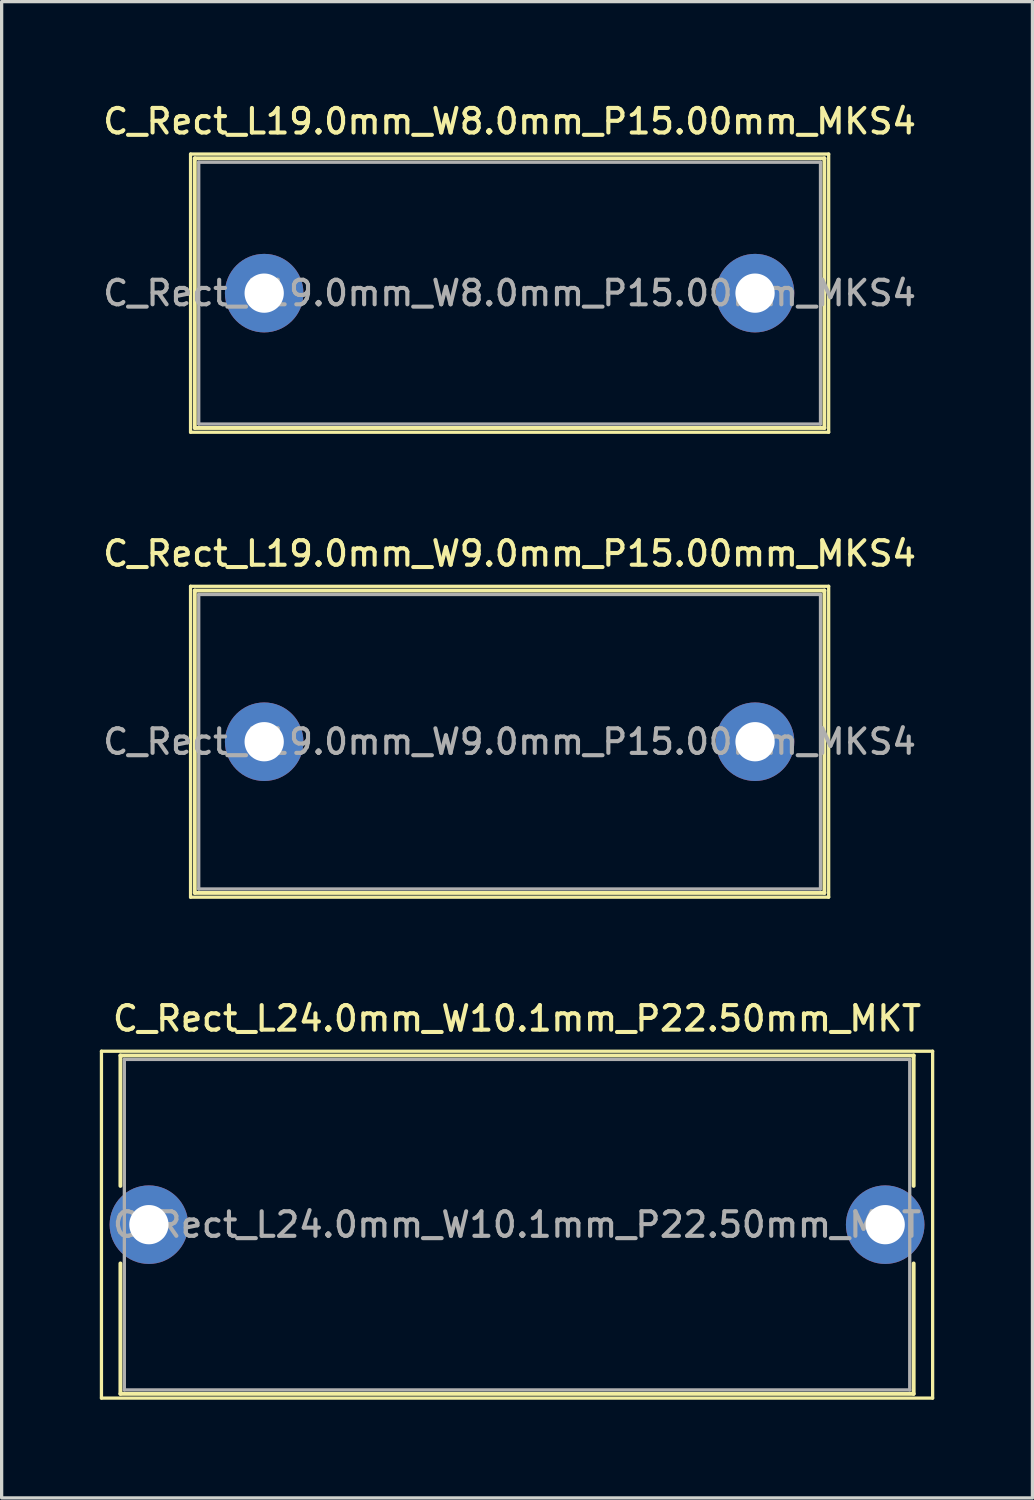
<source format=kicad_pcb>
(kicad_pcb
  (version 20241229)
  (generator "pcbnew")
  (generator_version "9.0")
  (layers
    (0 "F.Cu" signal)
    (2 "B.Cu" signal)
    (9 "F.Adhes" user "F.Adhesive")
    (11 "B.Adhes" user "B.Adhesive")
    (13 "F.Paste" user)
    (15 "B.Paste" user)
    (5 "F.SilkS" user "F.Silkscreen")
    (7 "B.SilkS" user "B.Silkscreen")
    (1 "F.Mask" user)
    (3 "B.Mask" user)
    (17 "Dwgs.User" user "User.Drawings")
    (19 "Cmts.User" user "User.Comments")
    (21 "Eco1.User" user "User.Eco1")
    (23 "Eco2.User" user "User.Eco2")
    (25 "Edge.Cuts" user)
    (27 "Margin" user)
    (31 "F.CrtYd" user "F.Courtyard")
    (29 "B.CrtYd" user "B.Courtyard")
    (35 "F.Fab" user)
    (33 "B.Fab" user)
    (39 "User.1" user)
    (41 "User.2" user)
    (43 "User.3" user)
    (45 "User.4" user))
  (footprint "C_Rect_L24.0mm_W10.1mm_P22.50mm_MKT"
    (layer "F.Cu")
    (at 1.5 34.374)
    (property "Reference" "C_Rect_L24.0mm_W10.1mm_P22.50mm_MKT" (at 11.25 -6.3 0) (layer "F.SilkS") (effects (font (size 0.75 0.75) (thickness 0.125))))
    (attr through_hole)
    (fp_line (start -1.45 -5.3) (end -1.45 5.3) (stroke (width 0.1) (type solid)) (layer "F.SilkS"))
    (fp_line (start -1.45 5.3) (end 23.95 5.3) (stroke (width 0.1) (type solid)) (layer "F.SilkS"))
    (fp_line (start -0.87 -5.17) (end -0.87 -1.185) (stroke (width 0.12) (type solid)) (layer "F.SilkS"))
    (fp_line (start -0.87 -5.17) (end 23.37 -5.17) (stroke (width 0.12) (type solid)) (layer "F.SilkS"))
    (fp_line (start -0.87 1.185) (end -0.87 5.17) (stroke (width 0.12) (type solid)) (layer "F.SilkS"))
    (fp_line (start -0.87 5.17) (end 23.37 5.17) (stroke (width 0.12) (type solid)) (layer "F.SilkS"))
    (fp_line (start 23.37 -5.17) (end 23.37 -1.185) (stroke (width 0.12) (type solid)) (layer "F.SilkS"))
    (fp_line (start 23.37 1.185) (end 23.37 5.17) (stroke (width 0.12) (type solid)) (layer "F.SilkS"))
    (fp_line (start 23.95 -5.3) (end -1.45 -5.3) (stroke (width 0.1) (type solid)) (layer "F.SilkS"))
    (fp_line (start 23.95 5.3) (end 23.95 -5.3) (stroke (width 0.1) (type solid)) (layer "F.SilkS"))
    (fp_line (start -0.75 -5.05) (end -0.75 5.05) (stroke (width 0.1) (type solid)) (layer "F.Fab"))
    (fp_line (start -0.75 5.05) (end 23.25 5.05) (stroke (width 0.1) (type solid)) (layer "F.Fab"))
    (fp_line (start 23.25 -5.05) (end -0.75 -5.05) (stroke (width 0.1) (type solid)) (layer "F.Fab"))
    (fp_line (start 23.25 5.05) (end 23.25 -5.05) (stroke (width 0.1) (type solid)) (layer "F.Fab"))
    (fp_text user "${REFERENCE}" (at 11.25 0 0) (layer "F.Fab") (effects (font (size 0.75 0.75) (thickness 0.125))))
    (pad "1" thru_hole circle (at 0 0) (size 2.4 2.4) (drill 1.2) (layers "*.Cu" "*.Mask"))
    (pad "2" thru_hole circle (at 22.5 0) (size 2.4 2.4) (drill 1.2) (layers "*.Cu" "*.Mask")))
  (footprint "C_Rect_L19.0mm_W9.0mm_P15.00mm_MKS4"
    (layer "F.Cu")
    (at 5.023 19.616)
    (property "Reference" "C_Rect_L19.0mm_W9.0mm_P15.00mm_MKS4" (at 7.5 -5.75 0) (layer "F.SilkS") (effects (font (size 0.75 0.75) (thickness 0.125))))
    (attr through_hole)
    (fp_line (start -2.25 -4.75) (end -2.25 4.75) (stroke (width 0.1) (type solid)) (layer "F.SilkS"))
    (fp_line (start -2.25 4.75) (end 17.25 4.75) (stroke (width 0.1) (type solid)) (layer "F.SilkS"))
    (fp_line (start -2.12 -4.62) (end -2.12 4.62) (stroke (width 0.12) (type solid)) (layer "F.SilkS"))
    (fp_line (start -2.12 -4.62) (end 17.12 -4.62) (stroke (width 0.12) (type solid)) (layer "F.SilkS"))
    (fp_line (start -2.12 4.62) (end 17.12 4.62) (stroke (width 0.12) (type solid)) (layer "F.SilkS"))
    (fp_line (start 17.12 -4.62) (end 17.12 4.62) (stroke (width 0.12) (type solid)) (layer "F.SilkS"))
    (fp_line (start 17.25 -4.75) (end -2.25 -4.75) (stroke (width 0.1) (type solid)) (layer "F.SilkS"))
    (fp_line (start 17.25 4.75) (end 17.25 -4.75) (stroke (width 0.1) (type solid)) (layer "F.SilkS"))
    (fp_line (start -2 -4.5) (end -2 4.5) (stroke (width 0.1) (type solid)) (layer "F.Fab"))
    (fp_line (start -2 4.5) (end 17 4.5) (stroke (width 0.1) (type solid)) (layer "F.Fab"))
    (fp_line (start 17 -4.5) (end -2 -4.5) (stroke (width 0.1) (type solid)) (layer "F.Fab"))
    (fp_line (start 17 4.5) (end 17 -4.5) (stroke (width 0.1) (type solid)) (layer "F.Fab"))
    (fp_text user "${REFERENCE}" (at 7.5 0 0) (layer "F.Fab") (effects (font (size 0.75 0.75) (thickness 0.125))))
    (pad "1" thru_hole circle (at 0 0) (size 2.4 2.4) (drill 1.2) (layers "*.Cu" "*.Mask"))
    (pad "2" thru_hole circle (at 15 0) (size 2.4 2.4) (drill 1.2) (layers "*.Cu" "*.Mask")))
  (footprint "C_Rect_L19.0mm_W8.0mm_P15.00mm_MKS4"
    (layer "F.Cu")
    (at 5.023 5.908)
    (property "Reference" "C_Rect_L19.0mm_W8.0mm_P15.00mm_MKS4" (at 7.5 -5.25 0) (layer "F.SilkS") (effects (font (size 0.75 0.75) (thickness 0.125))))
    (attr through_hole)
    (fp_line (start -2.25 -4.25) (end -2.25 4.25) (stroke (width 0.1) (type solid)) (layer "F.SilkS"))
    (fp_line (start -2.25 4.25) (end 17.25 4.25) (stroke (width 0.1) (type solid)) (layer "F.SilkS"))
    (fp_line (start -2.12 -4.12) (end -2.12 4.12) (stroke (width 0.12) (type solid)) (layer "F.SilkS"))
    (fp_line (start -2.12 -4.12) (end 17.12 -4.12) (stroke (width 0.12) (type solid)) (layer "F.SilkS"))
    (fp_line (start -2.12 4.12) (end 17.12 4.12) (stroke (width 0.12) (type solid)) (layer "F.SilkS"))
    (fp_line (start 17.12 -4.12) (end 17.12 4.12) (stroke (width 0.12) (type solid)) (layer "F.SilkS"))
    (fp_line (start 17.25 -4.25) (end -2.25 -4.25) (stroke (width 0.1) (type solid)) (layer "F.SilkS"))
    (fp_line (start 17.25 4.25) (end 17.25 -4.25) (stroke (width 0.1) (type solid)) (layer "F.SilkS"))
    (fp_line (start -2 -4) (end -2 4) (stroke (width 0.1) (type solid)) (layer "F.Fab"))
    (fp_line (start -2 4) (end 17 4) (stroke (width 0.1) (type solid)) (layer "F.Fab"))
    (fp_line (start 17 -4) (end -2 -4) (stroke (width 0.1) (type solid)) (layer "F.Fab"))
    (fp_line (start 17 4) (end 17 -4) (stroke (width 0.1) (type solid)) (layer "F.Fab"))
    (fp_text user "${REFERENCE}" (at 7.5 0 0) (layer "F.Fab") (effects (font (size 0.75 0.75) (thickness 0.125))))
    (pad "1" thru_hole circle (at 0 0) (size 2.4 2.4) (drill 1.2) (layers "*.Cu" "*.Mask"))
    (pad "2" thru_hole circle (at 15 0) (size 2.4 2.4) (drill 1.2) (layers "*.Cu" "*.Mask")))
  (gr_rect
    (start -3 -3)
    (end 28.5 42.724)
    (stroke (width 0.1) (type default))
    (fill no)
    (layer "Edge.Cuts")))
</source>
